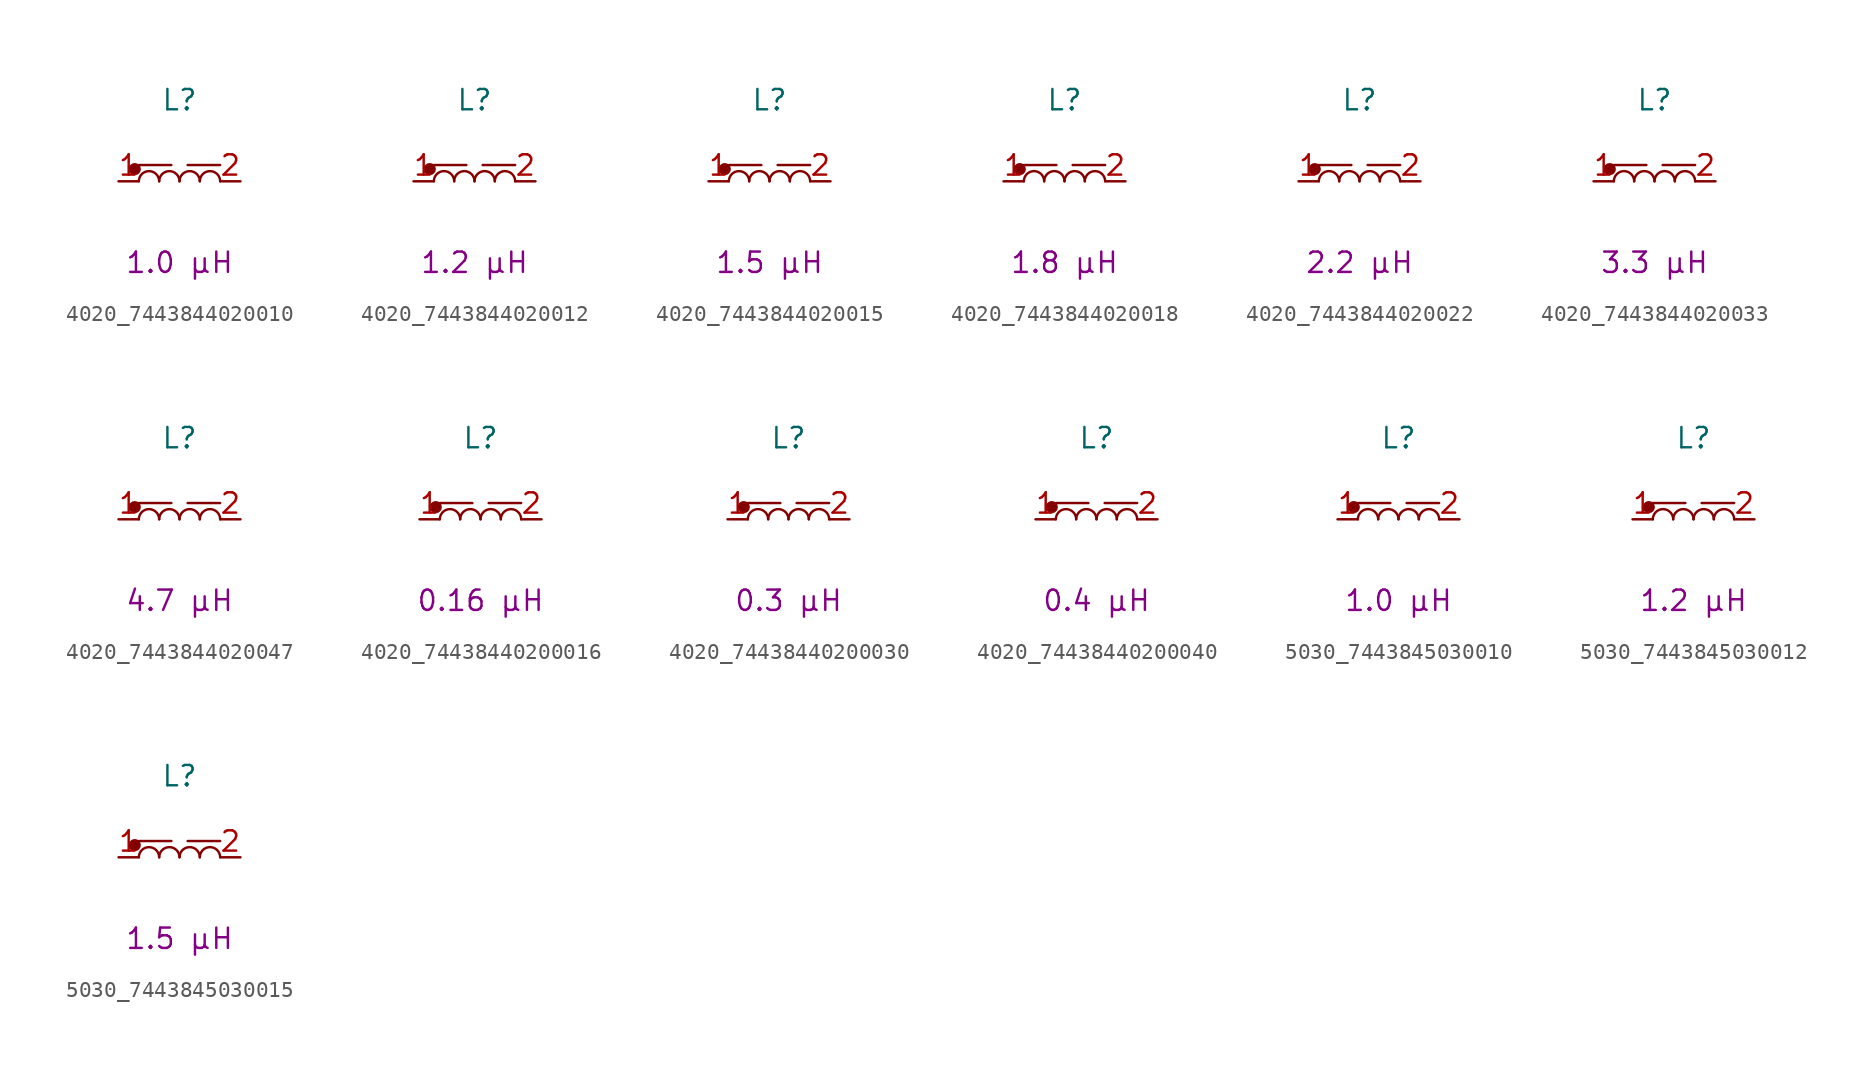
<source format=kicad_sym>
(kicad_symbol_lib
  (version 20220914)
  (generator kicad_symbol_editor)
  (symbol "4020_7443844020010"
    (pin_names hide)
    (property "Reference" "L"
      (at 0 5.08 0)
      (effects (font (size 1.27 1.27))))
    (property "Critical Parameter" "1.0 µH"
      (at 0 -5.08 0)
      (effects (font (size 1.27 1.27))))
    (symbol "4020_7443844020010_0_1"
      (arc (start -1.27 0) (mid -1.905 0.6323) (end -2.54 0) (stroke (width 0) (type default)) (fill (type none)))
      (arc (start 0 0) (mid -0.635 0.6323) (end -1.27 0) (stroke (width 0) (type default)) (fill (type none)))
      (polyline (pts (xy -2.54 1.016) (xy -0.508 1.016)) (stroke (width 0) (type default)) (fill (type none)))
      (arc (start 1.27 0) (mid 0.635 0.6323) (end 0 0) (stroke (width 0) (type default)) (fill (type none)))
      (arc (start 2.54 0) (mid 1.905 0.6323) (end 1.27 0) (stroke (width 0) (type default)) (fill (type none))))
    (symbol "4020_7443844020010_1_1"
      (circle (center -2.794 0.762) (radius 0.0001) (stroke (width 0.381) (type default)) (fill (type none)))
      (polyline (pts (xy 2.54 1.016) (xy 0.508 1.016)) (stroke (width 0) (type default)) (fill (type none)))
      (pin passive line (at -3.81 0 0) (length 1.27) (name "1" (effects (font (size 1.27 1.27)))) (number "1" (effects (font (size 1.27 1.27)))))
      (pin passive line (at 3.81 0 180) (length 1.27) (name "2" (effects (font (size 1.27 1.27)))) (number "2" (effects (font (size 1.27 1.27)))))))
  (symbol "4020_7443844020012"
    (pin_names hide)
    (property "Reference" "L"
      (at 0 5.08 0)
      (effects (font (size 1.27 1.27))))
    (property "Critical Parameter" "1.2 µH"
      (at 0 -5.08 0)
      (effects (font (size 1.27 1.27))))
    (symbol "4020_7443844020012_0_1"
      (arc (start -1.27 0) (mid -1.905 0.6323) (end -2.54 0) (stroke (width 0) (type default)) (fill (type none)))
      (arc (start 0 0) (mid -0.635 0.6323) (end -1.27 0) (stroke (width 0) (type default)) (fill (type none)))
      (polyline (pts (xy -2.54 1.016) (xy -0.508 1.016)) (stroke (width 0) (type default)) (fill (type none)))
      (arc (start 1.27 0) (mid 0.635 0.6323) (end 0 0) (stroke (width 0) (type default)) (fill (type none)))
      (arc (start 2.54 0) (mid 1.905 0.6323) (end 1.27 0) (stroke (width 0) (type default)) (fill (type none))))
    (symbol "4020_7443844020012_1_1"
      (circle (center -2.794 0.762) (radius 0.0001) (stroke (width 0.381) (type default)) (fill (type none)))
      (polyline (pts (xy 2.54 1.016) (xy 0.508 1.016)) (stroke (width 0) (type default)) (fill (type none)))
      (pin passive line (at -3.81 0 0) (length 1.27) (name "1" (effects (font (size 1.27 1.27)))) (number "1" (effects (font (size 1.27 1.27)))))
      (pin passive line (at 3.81 0 180) (length 1.27) (name "2" (effects (font (size 1.27 1.27)))) (number "2" (effects (font (size 1.27 1.27)))))))
  (symbol "4020_7443844020015"
    (pin_names hide)
    (property "Reference" "L"
      (at 0 5.08 0)
      (effects (font (size 1.27 1.27))))
    (property "Critical Parameter" "1.5 µH"
      (at 0 -5.08 0)
      (effects (font (size 1.27 1.27))))
    (symbol "4020_7443844020015_0_1"
      (arc (start -1.27 0) (mid -1.905 0.6323) (end -2.54 0) (stroke (width 0) (type default)) (fill (type none)))
      (arc (start 0 0) (mid -0.635 0.6323) (end -1.27 0) (stroke (width 0) (type default)) (fill (type none)))
      (polyline (pts (xy -2.54 1.016) (xy -0.508 1.016)) (stroke (width 0) (type default)) (fill (type none)))
      (arc (start 1.27 0) (mid 0.635 0.6323) (end 0 0) (stroke (width 0) (type default)) (fill (type none)))
      (arc (start 2.54 0) (mid 1.905 0.6323) (end 1.27 0) (stroke (width 0) (type default)) (fill (type none))))
    (symbol "4020_7443844020015_1_1"
      (circle (center -2.794 0.762) (radius 0.0001) (stroke (width 0.381) (type default)) (fill (type none)))
      (polyline (pts (xy 2.54 1.016) (xy 0.508 1.016)) (stroke (width 0) (type default)) (fill (type none)))
      (pin passive line (at -3.81 0 0) (length 1.27) (name "1" (effects (font (size 1.27 1.27)))) (number "1" (effects (font (size 1.27 1.27)))))
      (pin passive line (at 3.81 0 180) (length 1.27) (name "2" (effects (font (size 1.27 1.27)))) (number "2" (effects (font (size 1.27 1.27)))))))
  (symbol "4020_7443844020018"
    (pin_names hide)
    (property "Reference" "L"
      (at 0 5.08 0)
      (effects (font (size 1.27 1.27))))
    (property "Critical Parameter" "1.8 µH"
      (at 0 -5.08 0)
      (effects (font (size 1.27 1.27))))
    (symbol "4020_7443844020018_0_1"
      (arc (start -1.27 0) (mid -1.905 0.6323) (end -2.54 0) (stroke (width 0) (type default)) (fill (type none)))
      (arc (start 0 0) (mid -0.635 0.6323) (end -1.27 0) (stroke (width 0) (type default)) (fill (type none)))
      (polyline (pts (xy -2.54 1.016) (xy -0.508 1.016)) (stroke (width 0) (type default)) (fill (type none)))
      (arc (start 1.27 0) (mid 0.635 0.6323) (end 0 0) (stroke (width 0) (type default)) (fill (type none)))
      (arc (start 2.54 0) (mid 1.905 0.6323) (end 1.27 0) (stroke (width 0) (type default)) (fill (type none))))
    (symbol "4020_7443844020018_1_1"
      (circle (center -2.794 0.762) (radius 0.0001) (stroke (width 0.381) (type default)) (fill (type none)))
      (polyline (pts (xy 2.54 1.016) (xy 0.508 1.016)) (stroke (width 0) (type default)) (fill (type none)))
      (pin passive line (at -3.81 0 0) (length 1.27) (name "1" (effects (font (size 1.27 1.27)))) (number "1" (effects (font (size 1.27 1.27)))))
      (pin passive line (at 3.81 0 180) (length 1.27) (name "2" (effects (font (size 1.27 1.27)))) (number "2" (effects (font (size 1.27 1.27)))))))
  (symbol "4020_7443844020022"
    (pin_names hide)
    (property "Reference" "L"
      (at 0 5.08 0)
      (effects (font (size 1.27 1.27))))
    (property "Critical Parameter" "2.2 µH"
      (at 0 -5.08 0)
      (effects (font (size 1.27 1.27))))
    (symbol "4020_7443844020022_0_1"
      (arc (start -1.27 0) (mid -1.905 0.6323) (end -2.54 0) (stroke (width 0) (type default)) (fill (type none)))
      (arc (start 0 0) (mid -0.635 0.6323) (end -1.27 0) (stroke (width 0) (type default)) (fill (type none)))
      (polyline (pts (xy -2.54 1.016) (xy -0.508 1.016)) (stroke (width 0) (type default)) (fill (type none)))
      (arc (start 1.27 0) (mid 0.635 0.6323) (end 0 0) (stroke (width 0) (type default)) (fill (type none)))
      (arc (start 2.54 0) (mid 1.905 0.6323) (end 1.27 0) (stroke (width 0) (type default)) (fill (type none))))
    (symbol "4020_7443844020022_1_1"
      (circle (center -2.794 0.762) (radius 0.0001) (stroke (width 0.381) (type default)) (fill (type none)))
      (polyline (pts (xy 2.54 1.016) (xy 0.508 1.016)) (stroke (width 0) (type default)) (fill (type none)))
      (pin passive line (at -3.81 0 0) (length 1.27) (name "1" (effects (font (size 1.27 1.27)))) (number "1" (effects (font (size 1.27 1.27)))))
      (pin passive line (at 3.81 0 180) (length 1.27) (name "2" (effects (font (size 1.27 1.27)))) (number "2" (effects (font (size 1.27 1.27)))))))
  (symbol "4020_7443844020033"
    (pin_names hide)
    (property "Reference" "L"
      (at 0 5.08 0)
      (effects (font (size 1.27 1.27))))
    (property "Critical Parameter" "3.3 µH"
      (at 0 -5.08 0)
      (effects (font (size 1.27 1.27))))
    (symbol "4020_7443844020033_0_1"
      (arc (start -1.27 0) (mid -1.905 0.6323) (end -2.54 0) (stroke (width 0) (type default)) (fill (type none)))
      (arc (start 0 0) (mid -0.635 0.6323) (end -1.27 0) (stroke (width 0) (type default)) (fill (type none)))
      (polyline (pts (xy -2.54 1.016) (xy -0.508 1.016)) (stroke (width 0) (type default)) (fill (type none)))
      (arc (start 1.27 0) (mid 0.635 0.6323) (end 0 0) (stroke (width 0) (type default)) (fill (type none)))
      (arc (start 2.54 0) (mid 1.905 0.6323) (end 1.27 0) (stroke (width 0) (type default)) (fill (type none))))
    (symbol "4020_7443844020033_1_1"
      (circle (center -2.794 0.762) (radius 0.0001) (stroke (width 0.381) (type default)) (fill (type none)))
      (polyline (pts (xy 2.54 1.016) (xy 0.508 1.016)) (stroke (width 0) (type default)) (fill (type none)))
      (pin passive line (at -3.81 0 0) (length 1.27) (name "1" (effects (font (size 1.27 1.27)))) (number "1" (effects (font (size 1.27 1.27)))))
      (pin passive line (at 3.81 0 180) (length 1.27) (name "2" (effects (font (size 1.27 1.27)))) (number "2" (effects (font (size 1.27 1.27)))))))
  (symbol "4020_7443844020047"
    (pin_names hide)
    (property "Reference" "L"
      (at 0 5.08 0)
      (effects (font (size 1.27 1.27))))
    (property "Critical Parameter" "4.7 µH"
      (at 0 -5.08 0)
      (effects (font (size 1.27 1.27))))
    (symbol "4020_7443844020047_0_1"
      (arc (start -1.27 0) (mid -1.905 0.6323) (end -2.54 0) (stroke (width 0) (type default)) (fill (type none)))
      (arc (start 0 0) (mid -0.635 0.6323) (end -1.27 0) (stroke (width 0) (type default)) (fill (type none)))
      (polyline (pts (xy -2.54 1.016) (xy -0.508 1.016)) (stroke (width 0) (type default)) (fill (type none)))
      (arc (start 1.27 0) (mid 0.635 0.6323) (end 0 0) (stroke (width 0) (type default)) (fill (type none)))
      (arc (start 2.54 0) (mid 1.905 0.6323) (end 1.27 0) (stroke (width 0) (type default)) (fill (type none))))
    (symbol "4020_7443844020047_1_1"
      (circle (center -2.794 0.762) (radius 0.0001) (stroke (width 0.381) (type default)) (fill (type none)))
      (polyline (pts (xy 2.54 1.016) (xy 0.508 1.016)) (stroke (width 0) (type default)) (fill (type none)))
      (pin passive line (at -3.81 0 0) (length 1.27) (name "1" (effects (font (size 1.27 1.27)))) (number "1" (effects (font (size 1.27 1.27)))))
      (pin passive line (at 3.81 0 180) (length 1.27) (name "2" (effects (font (size 1.27 1.27)))) (number "2" (effects (font (size 1.27 1.27)))))))
  (symbol "4020_74438440200016"
    (pin_names hide)
    (property "Reference" "L"
      (at 0 5.08 0)
      (effects (font (size 1.27 1.27))))
    (property "Critical Parameter" "0.16 µH"
      (at 0 -5.08 0)
      (effects (font (size 1.27 1.27))))
    (symbol "4020_74438440200016_0_1"
      (arc (start -1.27 0) (mid -1.905 0.6323) (end -2.54 0) (stroke (width 0) (type default)) (fill (type none)))
      (arc (start 0 0) (mid -0.635 0.6323) (end -1.27 0) (stroke (width 0) (type default)) (fill (type none)))
      (polyline (pts (xy -2.54 1.016) (xy -0.508 1.016)) (stroke (width 0) (type default)) (fill (type none)))
      (arc (start 1.27 0) (mid 0.635 0.6323) (end 0 0) (stroke (width 0) (type default)) (fill (type none)))
      (arc (start 2.54 0) (mid 1.905 0.6323) (end 1.27 0) (stroke (width 0) (type default)) (fill (type none))))
    (symbol "4020_74438440200016_1_1"
      (circle (center -2.794 0.762) (radius 0.0001) (stroke (width 0.381) (type default)) (fill (type none)))
      (polyline (pts (xy 2.54 1.016) (xy 0.508 1.016)) (stroke (width 0) (type default)) (fill (type none)))
      (pin passive line (at -3.81 0 0) (length 1.27) (name "1" (effects (font (size 1.27 1.27)))) (number "1" (effects (font (size 1.27 1.27)))))
      (pin passive line (at 3.81 0 180) (length 1.27) (name "2" (effects (font (size 1.27 1.27)))) (number "2" (effects (font (size 1.27 1.27)))))))
  (symbol "4020_74438440200030"
    (pin_names hide)
    (property "Reference" "L"
      (at 0 5.08 0)
      (effects (font (size 1.27 1.27))))
    (property "Critical Parameter" "0.3 µH"
      (at 0 -5.08 0)
      (effects (font (size 1.27 1.27))))
    (symbol "4020_74438440200030_0_1"
      (arc (start -1.27 0) (mid -1.905 0.6323) (end -2.54 0) (stroke (width 0) (type default)) (fill (type none)))
      (arc (start 0 0) (mid -0.635 0.6323) (end -1.27 0) (stroke (width 0) (type default)) (fill (type none)))
      (polyline (pts (xy -2.54 1.016) (xy -0.508 1.016)) (stroke (width 0) (type default)) (fill (type none)))
      (arc (start 1.27 0) (mid 0.635 0.6323) (end 0 0) (stroke (width 0) (type default)) (fill (type none)))
      (arc (start 2.54 0) (mid 1.905 0.6323) (end 1.27 0) (stroke (width 0) (type default)) (fill (type none))))
    (symbol "4020_74438440200030_1_1"
      (circle (center -2.794 0.762) (radius 0.0001) (stroke (width 0.381) (type default)) (fill (type none)))
      (polyline (pts (xy 2.54 1.016) (xy 0.508 1.016)) (stroke (width 0) (type default)) (fill (type none)))
      (pin passive line (at -3.81 0 0) (length 1.27) (name "1" (effects (font (size 1.27 1.27)))) (number "1" (effects (font (size 1.27 1.27)))))
      (pin passive line (at 3.81 0 180) (length 1.27) (name "2" (effects (font (size 1.27 1.27)))) (number "2" (effects (font (size 1.27 1.27)))))))
  (symbol "4020_74438440200040"
    (pin_names hide)
    (property "Reference" "L"
      (at 0 5.08 0)
      (effects (font (size 1.27 1.27))))
    (property "Critical Parameter" "0.4 µH"
      (at 0 -5.08 0)
      (effects (font (size 1.27 1.27))))
    (symbol "4020_74438440200040_0_1"
      (arc (start -1.27 0) (mid -1.905 0.6323) (end -2.54 0) (stroke (width 0) (type default)) (fill (type none)))
      (arc (start 0 0) (mid -0.635 0.6323) (end -1.27 0) (stroke (width 0) (type default)) (fill (type none)))
      (polyline (pts (xy -2.54 1.016) (xy -0.508 1.016)) (stroke (width 0) (type default)) (fill (type none)))
      (arc (start 1.27 0) (mid 0.635 0.6323) (end 0 0) (stroke (width 0) (type default)) (fill (type none)))
      (arc (start 2.54 0) (mid 1.905 0.6323) (end 1.27 0) (stroke (width 0) (type default)) (fill (type none))))
    (symbol "4020_74438440200040_1_1"
      (circle (center -2.794 0.762) (radius 0.0001) (stroke (width 0.381) (type default)) (fill (type none)))
      (polyline (pts (xy 2.54 1.016) (xy 0.508 1.016)) (stroke (width 0) (type default)) (fill (type none)))
      (pin passive line (at -3.81 0 0) (length 1.27) (name "1" (effects (font (size 1.27 1.27)))) (number "1" (effects (font (size 1.27 1.27)))))
      (pin passive line (at 3.81 0 180) (length 1.27) (name "2" (effects (font (size 1.27 1.27)))) (number "2" (effects (font (size 1.27 1.27)))))))
  (symbol "5030_7443845030010"
    (pin_names hide)
    (property "Reference" "L"
      (at 0 5.08 0)
      (effects (font (size 1.27 1.27))))
    (property "Critical Parameter" "1.0 µH"
      (at 0 -5.08 0)
      (effects (font (size 1.27 1.27))))
    (symbol "5030_7443845030010_0_1"
      (arc (start -1.27 0) (mid -1.905 0.6323) (end -2.54 0) (stroke (width 0) (type default)) (fill (type none)))
      (arc (start 0 0) (mid -0.635 0.6323) (end -1.27 0) (stroke (width 0) (type default)) (fill (type none)))
      (polyline (pts (xy -2.54 1.016) (xy -0.508 1.016)) (stroke (width 0) (type default)) (fill (type none)))
      (arc (start 1.27 0) (mid 0.635 0.6323) (end 0 0) (stroke (width 0) (type default)) (fill (type none)))
      (arc (start 2.54 0) (mid 1.905 0.6323) (end 1.27 0) (stroke (width 0) (type default)) (fill (type none))))
    (symbol "5030_7443845030010_1_1"
      (circle (center -2.794 0.762) (radius 0.0001) (stroke (width 0.381) (type default)) (fill (type none)))
      (polyline (pts (xy 2.54 1.016) (xy 0.508 1.016)) (stroke (width 0) (type default)) (fill (type none)))
      (pin passive line (at -3.81 0 0) (length 1.27) (name "1" (effects (font (size 1.27 1.27)))) (number "1" (effects (font (size 1.27 1.27)))))
      (pin passive line (at 3.81 0 180) (length 1.27) (name "2" (effects (font (size 1.27 1.27)))) (number "2" (effects (font (size 1.27 1.27)))))))
  (symbol "5030_7443845030012"
    (pin_names hide)
    (property "Reference" "L"
      (at 0 5.08 0)
      (effects (font (size 1.27 1.27))))
    (property "Critical Parameter" "1.2 µH"
      (at 0 -5.08 0)
      (effects (font (size 1.27 1.27))))
    (symbol "5030_7443845030012_0_1"
      (arc (start -1.27 0) (mid -1.905 0.6323) (end -2.54 0) (stroke (width 0) (type default)) (fill (type none)))
      (arc (start 0 0) (mid -0.635 0.6323) (end -1.27 0) (stroke (width 0) (type default)) (fill (type none)))
      (polyline (pts (xy -2.54 1.016) (xy -0.508 1.016)) (stroke (width 0) (type default)) (fill (type none)))
      (arc (start 1.27 0) (mid 0.635 0.6323) (end 0 0) (stroke (width 0) (type default)) (fill (type none)))
      (arc (start 2.54 0) (mid 1.905 0.6323) (end 1.27 0) (stroke (width 0) (type default)) (fill (type none))))
    (symbol "5030_7443845030012_1_1"
      (circle (center -2.794 0.762) (radius 0.0001) (stroke (width 0.381) (type default)) (fill (type none)))
      (polyline (pts (xy 2.54 1.016) (xy 0.508 1.016)) (stroke (width 0) (type default)) (fill (type none)))
      (pin passive line (at -3.81 0 0) (length 1.27) (name "1" (effects (font (size 1.27 1.27)))) (number "1" (effects (font (size 1.27 1.27)))))
      (pin passive line (at 3.81 0 180) (length 1.27) (name "2" (effects (font (size 1.27 1.27)))) (number "2" (effects (font (size 1.27 1.27)))))))
  (symbol "5030_7443845030015"
    (pin_names hide)
    (property "Reference" "L"
      (at 0 5.08 0)
      (effects (font (size 1.27 1.27))))
    (property "Critical Parameter" "1.5 µH"
      (at 0 -5.08 0)
      (effects (font (size 1.27 1.27))))
    (symbol "5030_7443845030015_0_1"
      (arc (start -1.27 0) (mid -1.905 0.6323) (end -2.54 0) (stroke (width 0) (type default)) (fill (type none)))
      (arc (start 0 0) (mid -0.635 0.6323) (end -1.27 0) (stroke (width 0) (type default)) (fill (type none)))
      (polyline (pts (xy -2.54 1.016) (xy -0.508 1.016)) (stroke (width 0) (type default)) (fill (type none)))
      (arc (start 1.27 0) (mid 0.635 0.6323) (end 0 0) (stroke (width 0) (type default)) (fill (type none)))
      (arc (start 2.54 0) (mid 1.905 0.6323) (end 1.27 0) (stroke (width 0) (type default)) (fill (type none))))
    (symbol "5030_7443845030015_1_1"
      (circle (center -2.794 0.762) (radius 0.0001) (stroke (width 0.381) (type default)) (fill (type none)))
      (polyline (pts (xy 2.54 1.016) (xy 0.508 1.016)) (stroke (width 0) (type default)) (fill (type none)))
      (pin passive line (at -3.81 0 0) (length 1.27) (name "1" (effects (font (size 1.27 1.27)))) (number "1" (effects (font (size 1.27 1.27)))))
      (pin passive line (at 3.81 0 180) (length 1.27) (name "2" (effects (font (size 1.27 1.27)))) (number "2" (effects (font (size 1.27 1.27))))))))
</source>
